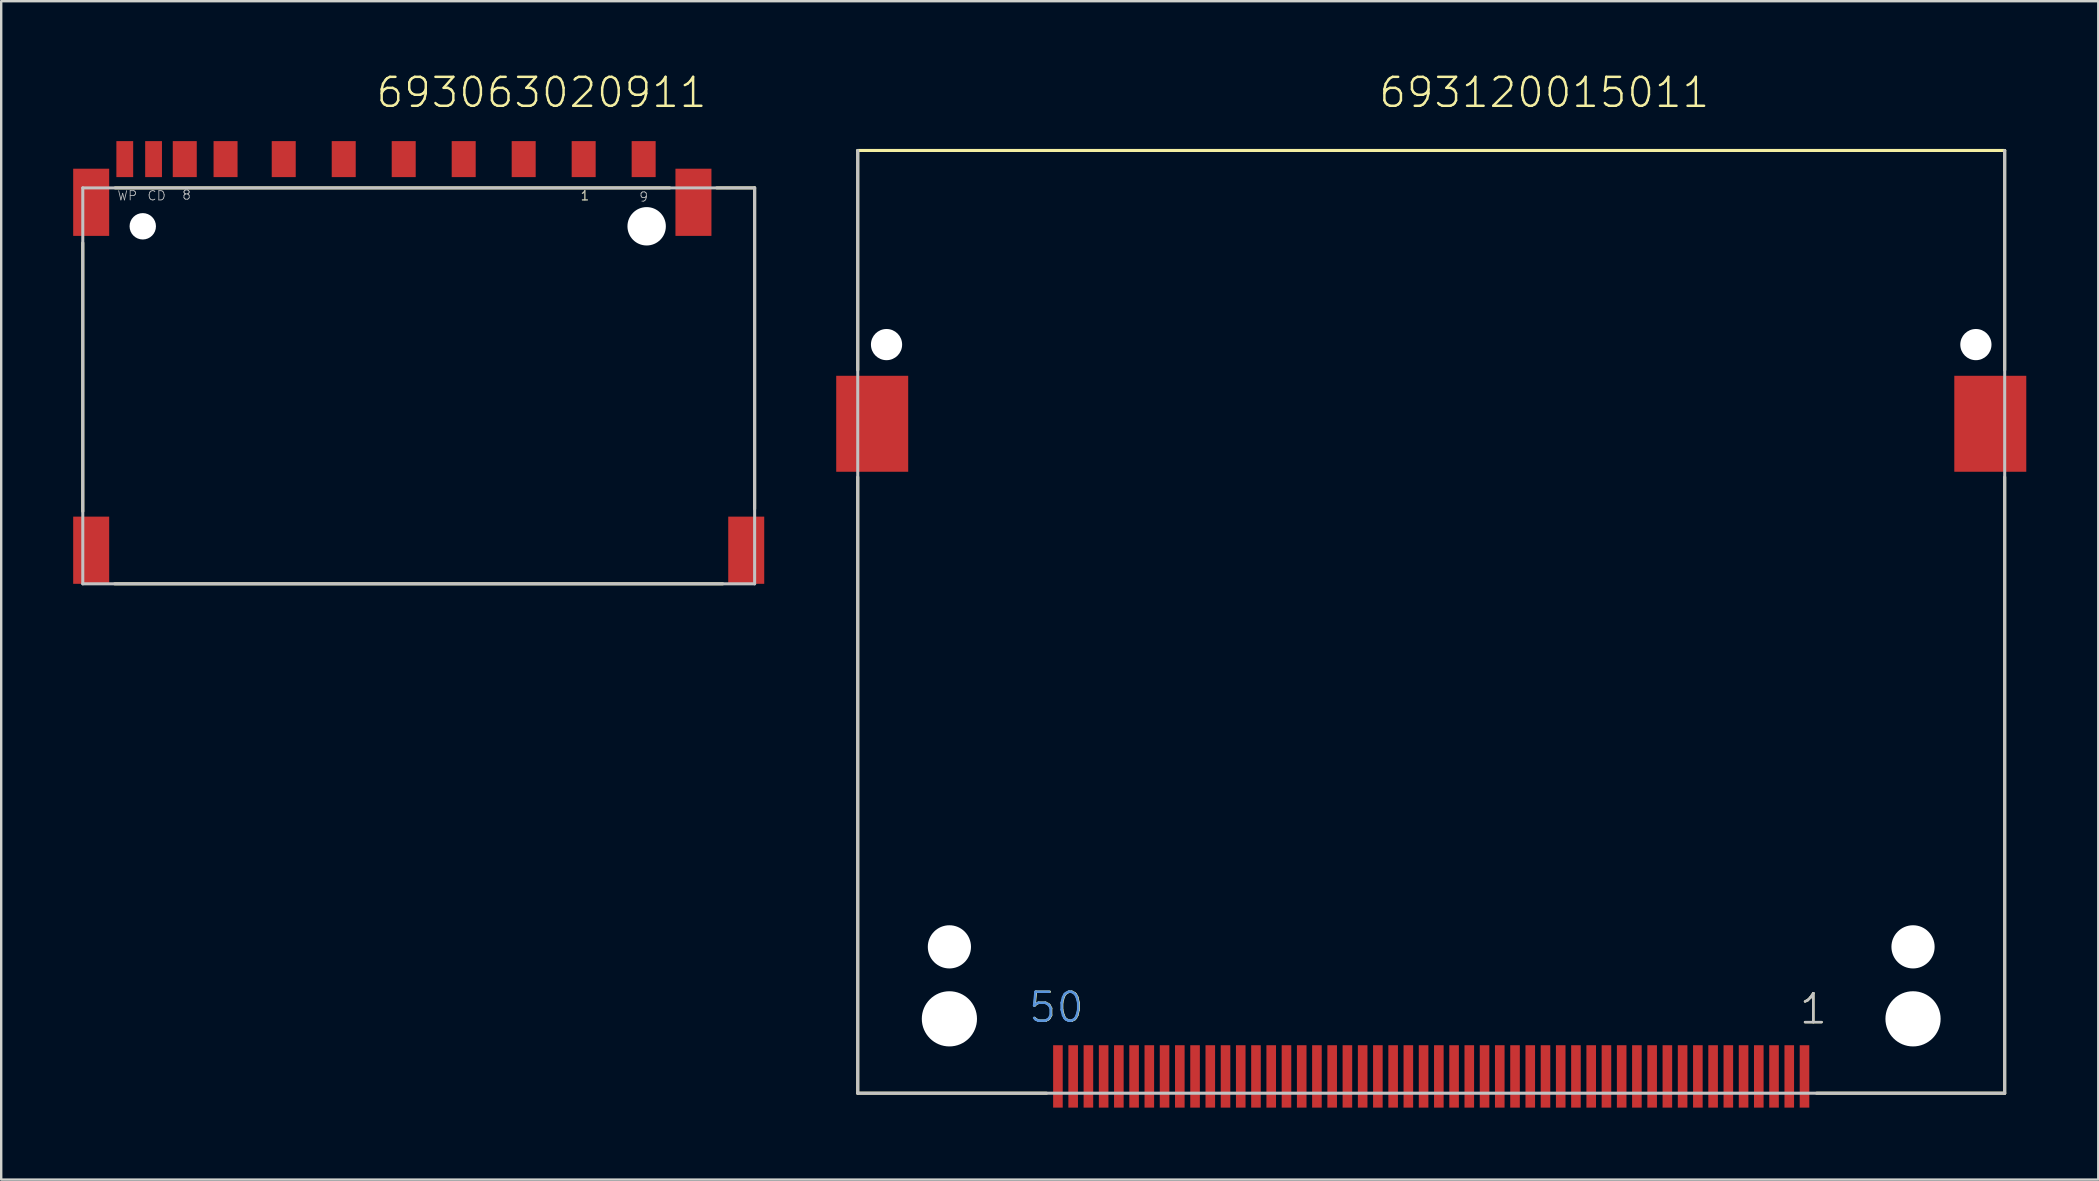
<source format=kicad_pcb>
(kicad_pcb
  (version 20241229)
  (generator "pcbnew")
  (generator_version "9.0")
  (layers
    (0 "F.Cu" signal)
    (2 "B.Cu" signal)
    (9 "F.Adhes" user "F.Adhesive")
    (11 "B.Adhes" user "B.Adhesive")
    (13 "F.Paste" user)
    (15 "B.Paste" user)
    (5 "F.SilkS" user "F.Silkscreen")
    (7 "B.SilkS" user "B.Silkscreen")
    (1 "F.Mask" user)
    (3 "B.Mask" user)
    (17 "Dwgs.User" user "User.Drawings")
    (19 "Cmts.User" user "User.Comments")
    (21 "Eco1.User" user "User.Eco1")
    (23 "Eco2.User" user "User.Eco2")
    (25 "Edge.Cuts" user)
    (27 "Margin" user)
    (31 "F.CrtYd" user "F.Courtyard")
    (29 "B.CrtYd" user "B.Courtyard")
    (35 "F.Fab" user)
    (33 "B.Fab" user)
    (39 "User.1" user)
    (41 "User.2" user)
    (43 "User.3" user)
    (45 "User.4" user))
  (footprint "693120015011"
    (layer "F.Cu")
    (at 56.597 41.811)
    (property "Reference" "693120015011" (at -2.248 -40.3 0) (layer "F.SilkS") (effects (font (size 1.206 1.206) (thickness 0.102)) (justify left bottom)))
    (attr through_hole)
    (fp_line (start -23.9 -29.44) (end -23.9 -38.59) (stroke (width 0.127) (type solid)) (layer "F.SilkS"))
    (fp_line (start -23.9 -24.98) (end -23.9 0.7) (stroke (width 0.127) (type solid)) (layer "F.SilkS"))
    (fp_line (start -23.9 0.7) (end -16.03 0.7) (stroke (width 0.127) (type solid)) (layer "F.SilkS"))
    (fp_line (start 16.06 0.7) (end 23.9 0.7) (stroke (width 0.127) (type solid)) (layer "F.SilkS"))
    (fp_line (start 23.9 -38.59) (end -23.9 -38.59) (stroke (width 0.127) (type solid)) (layer "F.SilkS"))
    (fp_line (start 23.9 -29.44) (end 23.9 -38.59) (stroke (width 0.127) (type solid)) (layer "F.SilkS"))
    (fp_line (start 23.9 0.7) (end 23.9 -24.98) (stroke (width 0.127) (type solid)) (layer "F.SilkS"))
    (fp_line (start -23.9 -38.59) (end -23.9 0.7) (stroke (width 0.127) (type solid)) (layer "Dwgs.User"))
    (fp_line (start -23.9 0.7) (end 23.9 0.7) (stroke (width 0.127) (type solid)) (layer "Dwgs.User"))
    (fp_line (start 23.9 0.7) (end 23.9 -38.59) (stroke (width 0.127) (type solid)) (layer "Dwgs.User"))
    (fp_text user "50" (at -16.828 -2.17 0) (layer "F.SilkS") (effects (font (size 1.206 1.206) (thickness 0.102)) (justify left bottom)))
    (fp_text user "1" (at 15.283 -2.11 0) (layer "F.SilkS") (effects (font (size 1.206 1.206) (thickness 0.102)) (justify left bottom)))
    (fp_text user "1" (at 15.283 -2.11 0) (layer "Dwgs.User") (effects (font (size 1.206 1.206) (thickness 0.102)) (justify left bottom)))
    (fp_text user "50" (at -16.848 -2.17 0) (layer "Cmts.User") (effects (font (size 1.206 1.206) (thickness 0.102)) (justify left bottom)))
    (pad "" np_thru_hole circle (at -22.7 -30.5) (size 1.3 1.3) (drill 1.3) (layers "*.Cu"))
    (pad "" np_thru_hole circle (at -20.08 -5.4) (size 1.8 1.8) (drill 1.8) (layers "*.Cu"))
    (pad "" np_thru_hole circle (at -20.08 -2.4) (size 2.3 2.3) (drill 2.3) (layers "*.Cu"))
    (pad "" np_thru_hole circle (at 20.08 -5.4) (size 1.8 1.8) (drill 1.8) (layers "*.Cu"))
    (pad "" np_thru_hole circle (at 20.08 -2.4) (size 2.3 2.3) (drill 2.3) (layers "*.Cu"))
    (pad "" np_thru_hole circle (at 22.7 -30.5) (size 1.3 1.3) (drill 1.3) (layers "*.Cu"))
    (pad "1" smd rect (at 15.557 0 90) (size 2.6 0.4) (layers "F.Cu" "F.Mask" "F.Paste"))
    (pad "2" smd rect (at 14.287 0 90) (size 2.6 0.4) (layers "F.Cu" "F.Mask" "F.Paste"))
    (pad "3" smd rect (at 13.018 0 90) (size 2.6 0.4) (layers "F.Cu" "F.Mask" "F.Paste"))
    (pad "4" smd rect (at 11.748 0) (size 0.4 2.6) (layers "F.Cu" "F.Mask" "F.Paste"))
    (pad "5" smd rect (at 10.477 0) (size 0.4 2.6) (layers "F.Cu" "F.Mask" "F.Paste"))
    (pad "6" smd rect (at 9.207 0) (size 0.4 2.6) (layers "F.Cu" "F.Mask" "F.Paste"))
    (pad "7" smd rect (at 7.938 0) (size 0.4 2.6) (layers "F.Cu" "F.Mask" "F.Paste"))
    (pad "8" smd rect (at 6.668 0) (size 0.4 2.6) (layers "F.Cu" "F.Mask" "F.Paste"))
    (pad "9" smd rect (at 5.397 0) (size 0.4 2.6) (layers "F.Cu" "F.Mask" "F.Paste"))
    (pad "10" smd rect (at 4.128 0) (size 0.4 2.6) (layers "F.Cu" "F.Mask" "F.Paste"))
    (pad "11" smd rect (at 2.857 0) (size 0.4 2.6) (layers "F.Cu" "F.Mask" "F.Paste"))
    (pad "12" smd rect (at 1.587 0) (size 0.4 2.6) (layers "F.Cu" "F.Mask" "F.Paste"))
    (pad "13" smd rect (at 0.318 0) (size 0.4 2.6) (layers "F.Cu" "F.Mask" "F.Paste"))
    (pad "14" smd rect (at -0.953 0) (size 0.4 2.6) (layers "F.Cu" "F.Mask" "F.Paste"))
    (pad "15" smd rect (at -2.223 0) (size 0.4 2.6) (layers "F.Cu" "F.Mask" "F.Paste"))
    (pad "16" smd rect (at -3.493 0) (size 0.4 2.6) (layers "F.Cu" "F.Mask" "F.Paste"))
    (pad "17" smd rect (at -4.763 0) (size 0.4 2.6) (layers "F.Cu" "F.Mask" "F.Paste"))
    (pad "18" smd rect (at -6.032 0) (size 0.4 2.6) (layers "F.Cu" "F.Mask" "F.Paste"))
    (pad "19" smd rect (at -7.303 0) (size 0.4 2.6) (layers "F.Cu" "F.Mask" "F.Paste"))
    (pad "20" smd rect (at -8.572 0) (size 0.4 2.6) (layers "F.Cu" "F.Mask" "F.Paste"))
    (pad "21" smd rect (at -9.842 0) (size 0.4 2.6) (layers "F.Cu" "F.Mask" "F.Paste"))
    (pad "22" smd rect (at -11.113 0) (size 0.4 2.6) (layers "F.Cu" "F.Mask" "F.Paste"))
    (pad "23" smd rect (at -12.383 0) (size 0.4 2.6) (layers "F.Cu" "F.Mask" "F.Paste"))
    (pad "24" smd rect (at -13.652 0) (size 0.4 2.6) (layers "F.Cu" "F.Mask" "F.Paste"))
    (pad "25" smd rect (at -14.922 0) (size 0.4 2.6) (layers "F.Cu" "F.Mask" "F.Paste"))
    (pad "26" smd rect (at 14.922 0) (size 0.4 2.6) (layers "F.Cu" "F.Mask" "F.Paste"))
    (pad "27" smd rect (at 13.652 0) (size 0.4 2.6) (layers "F.Cu" "F.Mask" "F.Paste"))
    (pad "28" smd rect (at 12.383 0) (size 0.4 2.6) (layers "F.Cu" "F.Mask" "F.Paste"))
    (pad "29" smd rect (at 11.113 0) (size 0.4 2.6) (layers "F.Cu" "F.Mask" "F.Paste"))
    (pad "30" smd rect (at 9.842 0) (size 0.4 2.6) (layers "F.Cu" "F.Mask" "F.Paste"))
    (pad "31" smd rect (at 8.572 0) (size 0.4 2.6) (layers "F.Cu" "F.Mask" "F.Paste"))
    (pad "32" smd rect (at 7.303 0) (size 0.4 2.6) (layers "F.Cu" "F.Mask" "F.Paste"))
    (pad "33" smd rect (at 6.032 0) (size 0.4 2.6) (layers "F.Cu" "F.Mask" "F.Paste"))
    (pad "34" smd rect (at 4.763 0) (size 0.4 2.6) (layers "F.Cu" "F.Mask" "F.Paste"))
    (pad "35" smd rect (at 3.493 0) (size 0.4 2.6) (layers "F.Cu" "F.Mask" "F.Paste"))
    (pad "36" smd rect (at 2.223 0) (size 0.4 2.6) (layers "F.Cu" "F.Mask" "F.Paste"))
    (pad "37" smd rect (at 0.953 0) (size 0.4 2.6) (layers "F.Cu" "F.Mask" "F.Paste"))
    (pad "38" smd rect (at -0.318 0) (size 0.4 2.6) (layers "F.Cu" "F.Mask" "F.Paste"))
    (pad "39" smd rect (at -1.587 0) (size 0.4 2.6) (layers "F.Cu" "F.Mask" "F.Paste"))
    (pad "40" smd rect (at -2.857 0) (size 0.4 2.6) (layers "F.Cu" "F.Mask" "F.Paste"))
    (pad "41" smd rect (at -4.128 0) (size 0.4 2.6) (layers "F.Cu" "F.Mask" "F.Paste"))
    (pad "42" smd rect (at -5.397 0) (size 0.4 2.6) (layers "F.Cu" "F.Mask" "F.Paste"))
    (pad "43" smd rect (at -6.668 0) (size 0.4 2.6) (layers "F.Cu" "F.Mask" "F.Paste"))
    (pad "44" smd rect (at -7.938 0) (size 0.4 2.6) (layers "F.Cu" "F.Mask" "F.Paste"))
    (pad "45" smd rect (at -9.207 0) (size 0.4 2.6) (layers "F.Cu" "F.Mask" "F.Paste"))
    (pad "46" smd rect (at -10.477 0) (size 0.4 2.6) (layers "F.Cu" "F.Mask" "F.Paste"))
    (pad "47" smd rect (at -11.748 0) (size 0.4 2.6) (layers "F.Cu" "F.Mask" "F.Paste"))
    (pad "48" smd rect (at -13.018 0) (size 0.4 2.6) (layers "F.Cu" "F.Mask" "F.Paste"))
    (pad "49" smd rect (at -14.287 0) (size 0.4 2.6) (layers "F.Cu" "F.Mask" "F.Paste"))
    (pad "50" smd rect (at -15.557 0) (size 0.4 2.6) (layers "F.Cu" "F.Mask" "F.Paste"))
    (pad "Z1" smd rect (at 23.3 -27.2) (size 3 4) (layers "F.Cu" "F.Mask" "F.Paste"))
    (pad "Z2" smd rect (at -23.297 -27.2) (size 3 4) (layers "F.Cu" "F.Mask" "F.Paste")))
  (footprint "693063020911"
    (layer "F.Cu")
    (at 14.4 3.581)
    (property "Reference" "693063020911" (at -1.84 -2.07 0) (layer "F.SilkS") (effects (font (size 1.206 1.206) (thickness 0.102)) (justify left bottom)))
    (attr through_hole)
    (fp_line (start -14 3.49) (end -14 14.68) (stroke (width 0.127) (type solid)) (layer "F.SilkS"))
    (fp_line (start -12.67 17.7) (end 12.67 17.7) (stroke (width 0.127) (type solid)) (layer "F.SilkS"))
    (fp_line (start -12.65 1.2) (end 10.46 1.2) (stroke (width 0.127) (type solid)) (layer "F.SilkS"))
    (fp_line (start 14 1.2) (end 12.42 1.2) (stroke (width 0.127) (type solid)) (layer "F.SilkS"))
    (fp_line (start 14 14.58) (end 14 1.2) (stroke (width 0.127) (type solid)) (layer "F.SilkS"))
    (fp_line (start -14 1.2) (end 14 1.2) (stroke (width 0.127) (type solid)) (layer "Dwgs.User"))
    (fp_line (start -14 17.7) (end -14 1.2) (stroke (width 0.127) (type solid)) (layer "Dwgs.User"))
    (fp_line (start -14 17.7) (end 14 17.7) (stroke (width 0.127) (type solid)) (layer "Dwgs.User"))
    (fp_line (start 14 1.2) (end 14 17.7) (stroke (width 0.127) (type solid)) (layer "Dwgs.User"))
    (fp_text user "1" (at 6.72 1.75 0) (layer "F.SilkS") (effects (font (size 0.386 0.386) (thickness 0.033)) (justify left bottom)))
    (fp_text user "8" (at -9.88 1.72 0) (layer "Dwgs.User") (effects (font (size 0.386 0.386) (thickness 0.033)) (justify left bottom)))
    (fp_text user "1" (at 6.72 1.75 0) (layer "Dwgs.User") (effects (font (size 0.386 0.386) (thickness 0.033)) (justify left bottom)))
    (fp_text user "WP" (at -12.58 1.75 0) (layer "Dwgs.User") (effects (font (size 0.386 0.386) (thickness 0.033)) (justify left bottom)))
    (fp_text user "9" (at 9.17 1.8 0) (layer "Dwgs.User") (effects (font (size 0.386 0.386) (thickness 0.033)) (justify left bottom)))
    (fp_text user "CD" (at -11.33 1.75 0) (layer "Dwgs.User") (effects (font (size 0.386 0.386) (thickness 0.033)) (justify left bottom)))
    (pad "" np_thru_hole circle (at -11.5 2.8) (size 1.1 1.1) (drill 1.1) (layers "*.Cu"))
    (pad "" np_thru_hole circle (at 9.5 2.8) (size 1.6 1.6) (drill 1.6) (layers "*.Cu"))
    (pad "1" smd rect (at 6.875 0) (size 1 1.5) (layers "F.Cu" "F.Mask" "F.Paste"))
    (pad "2" smd rect (at 4.375 0) (size 1 1.5) (layers "F.Cu" "F.Mask" "F.Paste"))
    (pad "3" smd rect (at 1.875 0) (size 1 1.5) (layers "F.Cu" "F.Mask" "F.Paste"))
    (pad "4" smd rect (at -0.625 0) (size 1 1.5) (layers "F.Cu" "F.Mask" "F.Paste"))
    (pad "5" smd rect (at -3.125 0) (size 1 1.5) (layers "F.Cu" "F.Mask" "F.Paste"))
    (pad "6" smd rect (at -5.625 0) (size 1 1.5) (layers "F.Cu" "F.Mask" "F.Paste"))
    (pad "7" smd rect (at -8.05 0) (size 1 1.5) (layers "F.Cu" "F.Mask" "F.Paste"))
    (pad "8" smd rect (at -9.75 0) (size 1 1.5) (layers "F.Cu" "F.Mask" "F.Paste"))
    (pad "9" smd rect (at 9.375 0) (size 1 1.5) (layers "F.Cu" "F.Mask" "F.Paste"))
    (pad "CD" smd rect (at -11.05 0) (size 0.7 1.5) (layers "F.Cu" "F.Mask" "F.Paste"))
    (pad "GND1" smd rect (at -13.65 1.8) (size 1.5 2.8) (layers "F.Cu" "F.Mask" "F.Paste"))
    (pad "GND2" smd rect (at 11.45 1.8) (size 1.5 2.8) (layers "F.Cu" "F.Mask" "F.Paste"))
    (pad "GND3" smd rect (at 13.65 16.3) (size 1.5 2.8) (layers "F.Cu" "F.Mask" "F.Paste"))
    (pad "GND4" smd rect (at -13.65 16.3) (size 1.5 2.8) (layers "F.Cu" "F.Mask" "F.Paste"))
    (pad "WP" smd rect (at -12.25 0) (size 0.7 1.5) (layers "F.Cu" "F.Mask" "F.Paste")))
  (gr_rect
    (start -3 -3)
    (end 84.397 46.111)
    (stroke (width 0.1) (type default))
    (fill no)
    (layer "Edge.Cuts")))
</source>
